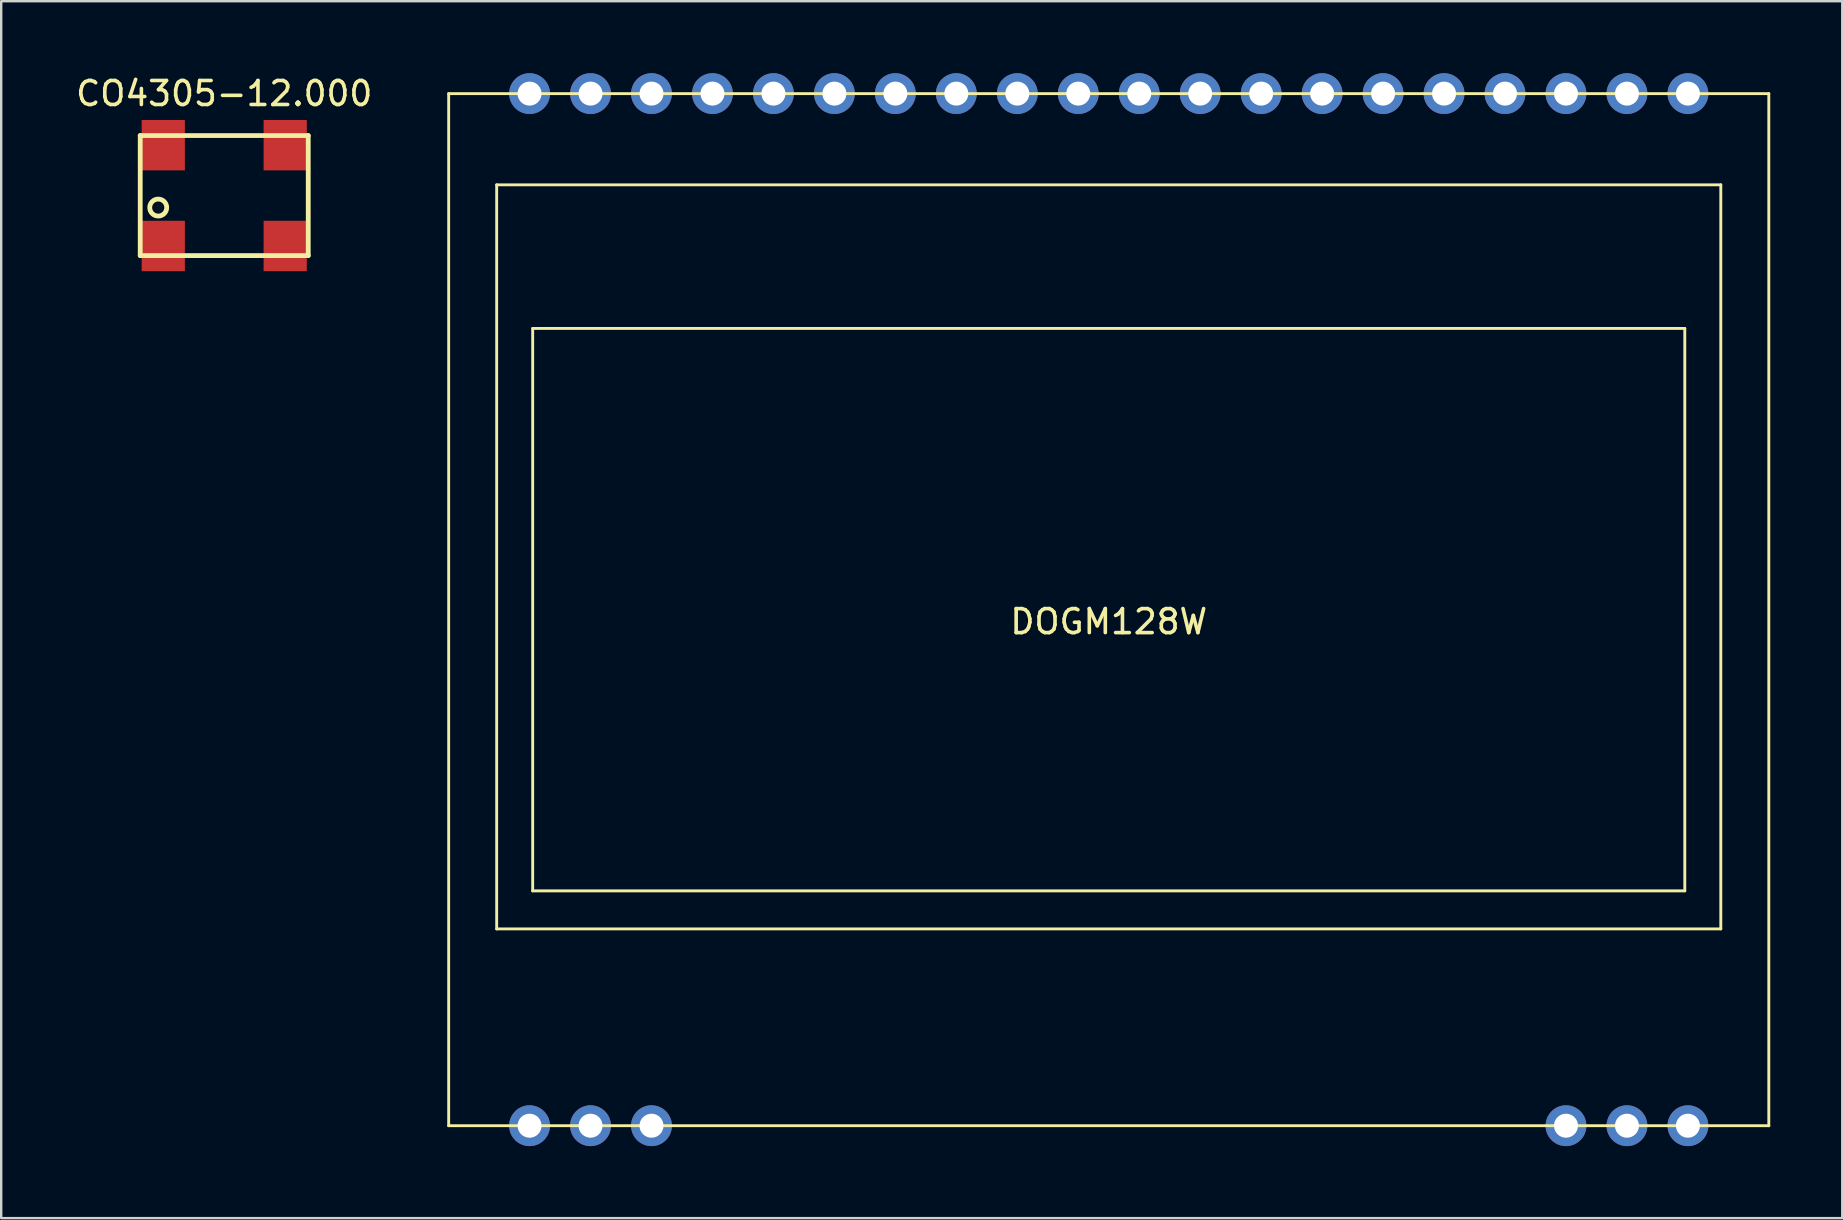
<source format=kicad_pcb>
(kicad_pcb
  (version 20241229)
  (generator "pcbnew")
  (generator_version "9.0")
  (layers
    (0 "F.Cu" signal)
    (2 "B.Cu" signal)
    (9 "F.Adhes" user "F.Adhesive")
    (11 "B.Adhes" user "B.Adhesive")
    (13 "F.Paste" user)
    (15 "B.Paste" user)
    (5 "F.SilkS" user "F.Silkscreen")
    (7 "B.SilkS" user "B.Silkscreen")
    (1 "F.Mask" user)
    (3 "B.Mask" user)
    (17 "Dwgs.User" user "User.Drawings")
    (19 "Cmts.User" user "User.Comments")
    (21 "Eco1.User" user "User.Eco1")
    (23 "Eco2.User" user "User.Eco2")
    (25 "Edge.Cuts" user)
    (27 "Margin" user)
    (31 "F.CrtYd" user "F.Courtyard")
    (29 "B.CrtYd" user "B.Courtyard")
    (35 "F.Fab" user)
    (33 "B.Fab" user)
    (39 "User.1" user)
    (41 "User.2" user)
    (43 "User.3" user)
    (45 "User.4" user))
  (footprint "CO4305-12.000"
    (layer "F.Cu")
    (at 6.292 5.098)
    (property "Reference" "CO4305-12.000" (at 0 -4.25 0) (layer "F.SilkS") (effects (font (size 1 1) (thickness 0.15))))
    (attr through_hole)
    (fp_line (start -3.5 -2.5) (end 3.5 -2.5) (stroke (width 0.2) (type solid)) (layer "F.SilkS"))
    (fp_line (start -3.5 2.5) (end -3.5 -2.5) (stroke (width 0.2) (type solid)) (layer "F.SilkS"))
    (fp_line (start 3.5 -2.5) (end 3.5 2.5) (stroke (width 0.2) (type solid)) (layer "F.SilkS"))
    (fp_line (start 3.5 2.5) (end -3.5 2.5) (stroke (width 0.2) (type solid)) (layer "F.SilkS"))
    (fp_circle (center -2.75 0.5) (end -3 0.75) (stroke (width 0.2) (type solid)) (fill no) (layer "F.SilkS"))
    (pad "1" smd rect (at -2.54 2.1) (size 1.8 2.1) (layers "F.Cu" "F.Mask" "F.Paste"))
    (pad "2" smd rect (at 2.54 2.1) (size 1.8 2.1) (layers "F.Cu" "F.Mask" "F.Paste"))
    (pad "3" smd rect (at 2.54 -2.1) (size 1.8 2.1) (layers "F.Cu" "F.Mask" "F.Paste"))
    (pad "4" smd rect (at -2.54 -2.1) (size 1.8 2.1) (layers "F.Cu" "F.Mask" "F.Paste")))
  (footprint "DOGM128W"
    (layer "F.Cu")
    (at 43.143 22.35)
    (property "Reference" "DOGM128W" (at 0 0.5 0) (layer "F.SilkS") (effects (font (size 1 1) (thickness 0.15))))
    (attr through_hole)
    (fp_line (start -27.5 -21.5) (end -27.5 21.5) (stroke (width 0.12) (type solid)) (layer "F.SilkS"))
    (fp_line (start -27.5 -21.5) (end 27.5 -21.5) (stroke (width 0.12) (type solid)) (layer "F.SilkS"))
    (fp_line (start -27.5 21.5) (end 27.5 21.5) (stroke (width 0.12) (type solid)) (layer "F.SilkS"))
    (fp_line (start -25.5 -17.7) (end -25.5 13.3) (stroke (width 0.12) (type solid)) (layer "F.SilkS"))
    (fp_line (start -25.5 13.3) (end 25.5 13.3) (stroke (width 0.12) (type solid)) (layer "F.SilkS"))
    (fp_line (start -24 -11.716) (end 24 -11.716) (stroke (width 0.12) (type solid)) (layer "F.SilkS"))
    (fp_line (start -24 11.716) (end -24 -11.716) (stroke (width 0.12) (type solid)) (layer "F.SilkS"))
    (fp_line (start 24 11.716) (end -24 11.716) (stroke (width 0.12) (type solid)) (layer "F.SilkS"))
    (fp_line (start 24 11.716) (end 24 -11.716) (stroke (width 0.12) (type solid)) (layer "F.SilkS"))
    (fp_line (start 25.5 -17.7) (end -25.5 -17.7) (stroke (width 0.12) (type solid)) (layer "F.SilkS"))
    (fp_line (start 25.5 13.3) (end 25.5 -17.7) (stroke (width 0.12) (type solid)) (layer "F.SilkS"))
    (fp_line (start 27.5 21.5) (end 27.5 -21.5) (stroke (width 0.12) (type solid)) (layer "F.SilkS"))
    (pad "1" thru_hole circle (at -24.13 21.5) (size 1.7 1.7) (drill 1) (layers "*.Cu" "*.Mask"))
    (pad "2" thru_hole circle (at -21.59 21.5) (size 1.7 1.7) (drill 1) (layers "*.Cu" "*.Mask"))
    (pad "3" thru_hole circle (at -19.05 21.5) (size 1.7 1.7) (drill 1) (layers "*.Cu" "*.Mask"))
    (pad "18" thru_hole circle (at 19.05 21.5) (size 1.7 1.7) (drill 1) (layers "*.Cu" "*.Mask"))
    (pad "19" thru_hole circle (at 21.59 21.5) (size 1.7 1.7) (drill 1) (layers "*.Cu" "*.Mask"))
    (pad "20" thru_hole circle (at 24.13 21.5) (size 1.7 1.7) (drill 1) (layers "*.Cu" "*.Mask"))
    (pad "21" thru_hole circle (at 24.13 -21.5) (size 1.7 1.7) (drill 1) (layers "*.Cu" "*.Mask"))
    (pad "22" thru_hole circle (at 21.59 -21.5) (size 1.7 1.7) (drill 1) (layers "*.Cu" "*.Mask"))
    (pad "23" thru_hole circle (at 19.05 -21.5) (size 1.7 1.7) (drill 1) (layers "*.Cu" "*.Mask"))
    (pad "24" thru_hole circle (at 16.51 -21.5) (size 1.7 1.7) (drill 1) (layers "*.Cu" "*.Mask"))
    (pad "25" thru_hole circle (at 13.97 -21.5) (size 1.7 1.7) (drill 1) (layers "*.Cu" "*.Mask"))
    (pad "26" thru_hole circle (at 11.43 -21.5) (size 1.7 1.7) (drill 1) (layers "*.Cu" "*.Mask"))
    (pad "27" thru_hole circle (at 8.89 -21.5) (size 1.7 1.7) (drill 1) (layers "*.Cu" "*.Mask"))
    (pad "28" thru_hole circle (at 6.35 -21.5) (size 1.7 1.7) (drill 1) (layers "*.Cu" "*.Mask"))
    (pad "29" thru_hole circle (at 3.81 -21.5) (size 1.7 1.7) (drill 1) (layers "*.Cu" "*.Mask"))
    (pad "30" thru_hole circle (at 1.27 -21.5) (size 1.7 1.7) (drill 1) (layers "*.Cu" "*.Mask"))
    (pad "31" thru_hole circle (at -1.27 -21.5) (size 1.7 1.7) (drill 1) (layers "*.Cu" "*.Mask"))
    (pad "32" thru_hole circle (at -3.81 -21.5) (size 1.7 1.7) (drill 1) (layers "*.Cu" "*.Mask"))
    (pad "33" thru_hole circle (at -6.35 -21.5) (size 1.7 1.7) (drill 1) (layers "*.Cu" "*.Mask"))
    (pad "34" thru_hole circle (at -8.89 -21.5) (size 1.7 1.7) (drill 1) (layers "*.Cu" "*.Mask"))
    (pad "35" thru_hole circle (at -11.43 -21.5) (size 1.7 1.7) (drill 1) (layers "*.Cu" "*.Mask"))
    (pad "36" thru_hole circle (at -13.97 -21.5) (size 1.7 1.7) (drill 1) (layers "*.Cu" "*.Mask"))
    (pad "37" thru_hole circle (at -16.51 -21.5) (size 1.7 1.7) (drill 1) (layers "*.Cu" "*.Mask"))
    (pad "38" thru_hole circle (at -19.05 -21.5) (size 1.7 1.7) (drill 1) (layers "*.Cu" "*.Mask"))
    (pad "39" thru_hole circle (at -21.59 -21.5) (size 1.7 1.7) (drill 1) (layers "*.Cu" "*.Mask"))
    (pad "40" thru_hole circle (at -24.13 -21.5) (size 1.7 1.7) (drill 1) (layers "*.Cu" "*.Mask")))
  (gr_rect
    (start -3 -3)
    (end 73.703 47.7)
    (stroke (width 0.1) (type default))
    (fill no)
    (layer "Edge.Cuts")))
</source>
